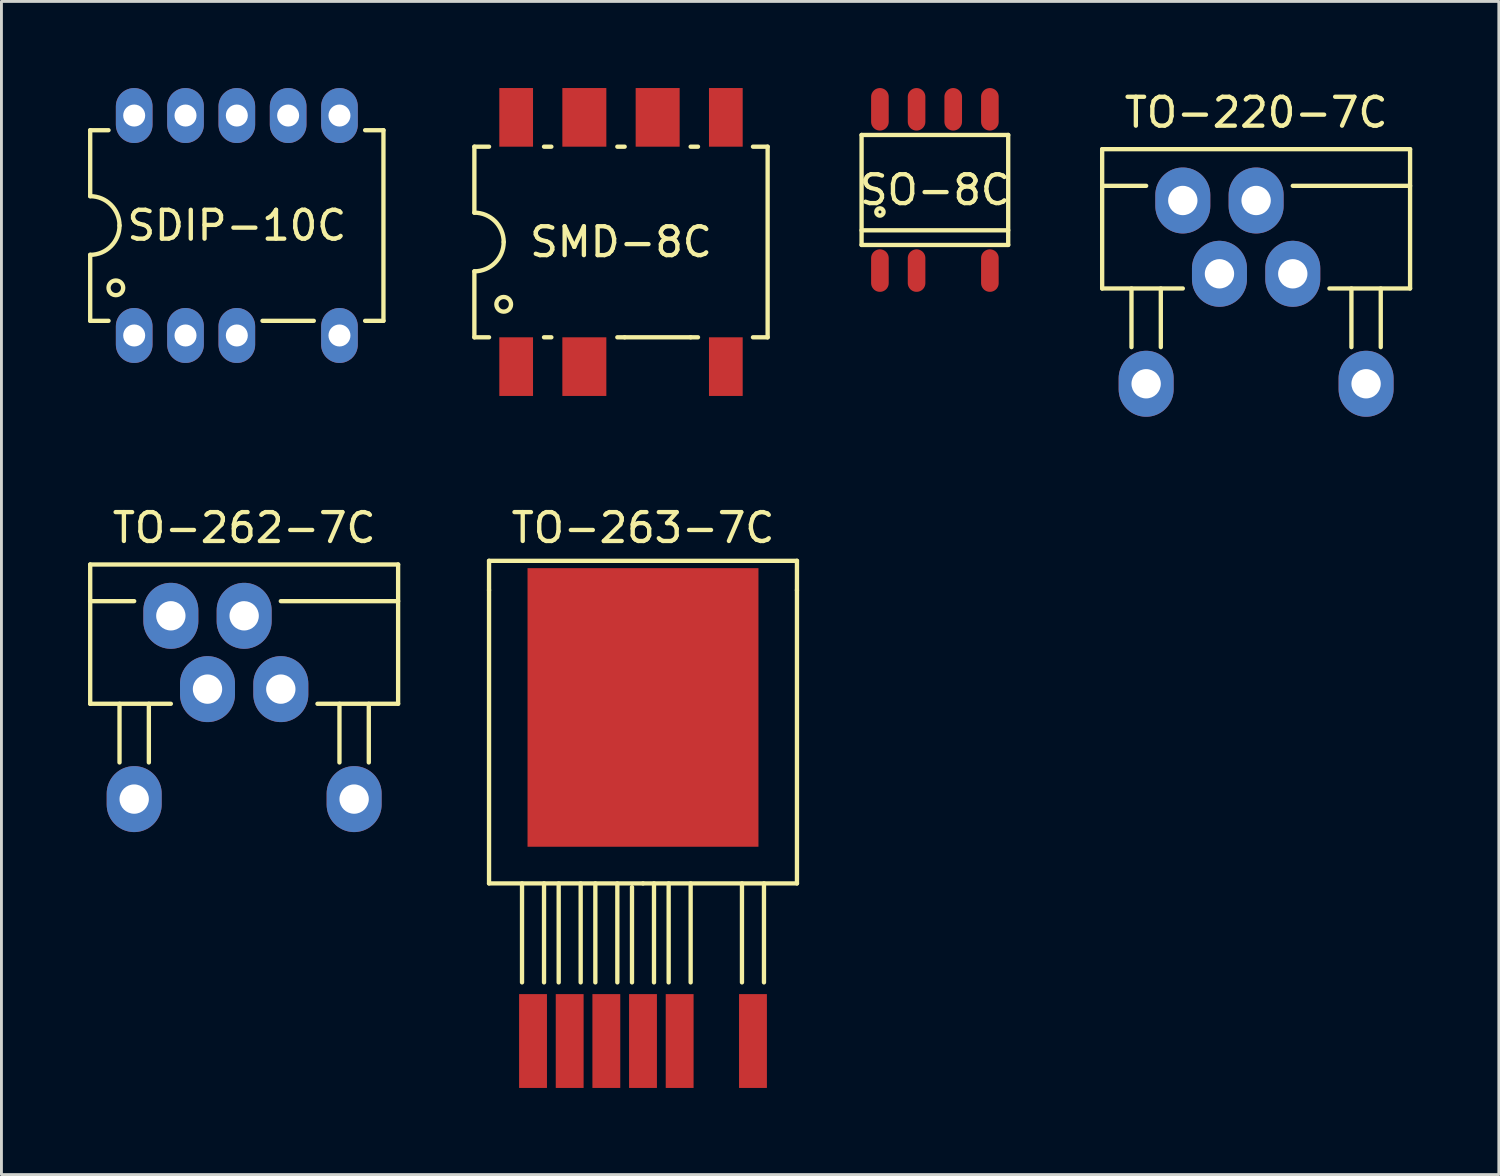
<source format=kicad_pcb>
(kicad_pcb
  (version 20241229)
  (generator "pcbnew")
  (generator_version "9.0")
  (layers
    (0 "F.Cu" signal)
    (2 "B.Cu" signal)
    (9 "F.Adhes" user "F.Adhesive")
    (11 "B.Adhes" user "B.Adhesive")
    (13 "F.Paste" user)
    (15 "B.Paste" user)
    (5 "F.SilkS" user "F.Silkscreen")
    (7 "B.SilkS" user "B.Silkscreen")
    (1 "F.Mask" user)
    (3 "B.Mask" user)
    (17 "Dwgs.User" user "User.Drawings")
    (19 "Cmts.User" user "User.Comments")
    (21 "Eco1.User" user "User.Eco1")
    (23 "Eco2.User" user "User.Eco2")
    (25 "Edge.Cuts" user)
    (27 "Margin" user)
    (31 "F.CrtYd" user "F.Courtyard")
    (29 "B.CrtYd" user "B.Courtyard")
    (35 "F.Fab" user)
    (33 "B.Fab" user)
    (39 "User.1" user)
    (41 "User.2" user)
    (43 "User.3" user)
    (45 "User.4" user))
  (footprint "TO-220-7C"
    (layer "F.Cu")
    (at 40.469 5.166)
    (property "Reference" "TO-220-7C" (at 0 -4.318 0) (layer "F.SilkS") (effects (font (size 1 1) (thickness 0.15))))
    (attr through_hole)
    (fp_line (start -5.334 -3.048) (end -5.334 1.778) (stroke (width 0.15) (type solid)) (layer "F.SilkS"))
    (fp_line (start -5.334 -1.778) (end -3.81 -1.778) (stroke (width 0.15) (type solid)) (layer "F.SilkS"))
    (fp_line (start -5.334 1.778) (end -2.54 1.778) (stroke (width 0.15) (type solid)) (layer "F.SilkS"))
    (fp_line (start -4.318 3.81) (end -4.318 1.778) (stroke (width 0.15) (type solid)) (layer "F.SilkS"))
    (fp_line (start -3.302 3.81) (end -3.302 1.778) (stroke (width 0.15) (type solid)) (layer "F.SilkS"))
    (fp_line (start 3.302 3.81) (end 3.302 1.778) (stroke (width 0.15) (type solid)) (layer "F.SilkS"))
    (fp_line (start 4.318 3.81) (end 4.318 1.778) (stroke (width 0.15) (type solid)) (layer "F.SilkS"))
    (fp_line (start 5.334 -3.048) (end -5.334 -3.048) (stroke (width 0.15) (type solid)) (layer "F.SilkS"))
    (fp_line (start 5.334 -3.048) (end 5.334 1.778) (stroke (width 0.15) (type solid)) (layer "F.SilkS"))
    (fp_line (start 5.334 -1.778) (end 1.27 -1.778) (stroke (width 0.15) (type solid)) (layer "F.SilkS"))
    (fp_line (start 5.334 1.778) (end 2.54 1.778) (stroke (width 0.15) (type solid)) (layer "F.SilkS"))
    (pad "1" thru_hole oval (at -3.81 5.08) (size 1.905 2.286) (drill 1.016) (layers "*.Cu" "*.Mask"))
    (pad "2" thru_hole oval (at -2.54 -1.27) (size 1.905 2.286) (drill 1.016) (layers "*.Cu" "*.Mask"))
    (pad "3" thru_hole oval (at -1.27 1.27) (size 1.905 2.286) (drill 1.016) (layers "*.Cu" "*.Mask"))
    (pad "4" thru_hole oval (at 0 -1.27) (size 1.905 2.286) (drill 1.016) (layers "*.Cu" "*.Mask"))
    (pad "5" thru_hole oval (at 1.27 1.27) (size 1.905 2.286) (drill 1.016) (layers "*.Cu" "*.Mask"))
    (pad "7" thru_hole oval (at 3.81 5.08) (size 1.905 2.286) (drill 1.016) (layers "*.Cu" "*.Mask")))
  (footprint "SO-8C"
    (layer "F.Cu")
    (at 29.34 3.531)
    (property "Reference" "SO-8C" (at 0 0 0) (layer "F.SilkS") (effects (font (size 1 1) (thickness 0.15))))
    (attr through_hole)
    (fp_line (start -2.54 -1.905) (end 2.54 -1.905) (stroke (width 0.15) (type solid)) (layer "F.SilkS"))
    (fp_line (start -2.54 1.397) (end 2.54 1.397) (stroke (width 0.15) (type solid)) (layer "F.SilkS"))
    (fp_line (start -2.54 1.905) (end -2.54 -1.905) (stroke (width 0.15) (type solid)) (layer "F.SilkS"))
    (fp_line (start -2.54 1.905) (end 2.54 1.905) (stroke (width 0.15) (type solid)) (layer "F.SilkS"))
    (fp_line (start 2.54 1.905) (end 2.54 -1.905) (stroke (width 0.15) (type solid)) (layer "F.SilkS"))
    (fp_circle (center -1.905 0.762) (end -1.778 0.762) (stroke (width 0.15) (type solid)) (fill no) (layer "F.SilkS"))
    (pad "1" smd oval (at -1.905 2.794) (size 0.61 1.473) (layers "F.Cu" "F.Mask" "F.Paste"))
    (pad "2" smd oval (at -0.635 2.794) (size 0.61 1.473) (layers "F.Cu" "F.Mask" "F.Paste"))
    (pad "4" smd oval (at 1.905 2.794) (size 0.61 1.473) (layers "F.Cu" "F.Mask" "F.Paste"))
    (pad "5" smd oval (at 1.905 -2.794) (size 0.61 1.473) (layers "F.Cu" "F.Mask" "F.Paste"))
    (pad "6" smd oval (at 0.635 -2.794) (size 0.61 1.473) (layers "F.Cu" "F.Mask" "F.Paste"))
    (pad "7" smd oval (at -0.635 -2.794) (size 0.61 1.473) (layers "F.Cu" "F.Mask" "F.Paste"))
    (pad "8" smd oval (at -1.905 -2.794) (size 0.61 1.473) (layers "F.Cu" "F.Mask" "F.Paste")))
  (footprint "SDIP-10C"
    (layer "F.Cu")
    (at 5.155 4.763)
    (property "Reference" "SDIP-10C" (at 0 0 0) (layer "F.SilkS") (effects (font (size 1 1) (thickness 0.15))))
    (attr through_hole)
    (fp_line (start -5.08 -3.302) (end -5.08 -1.016) (stroke (width 0.15) (type solid)) (layer "F.SilkS"))
    (fp_line (start -5.08 -3.302) (end -4.445 -3.302) (stroke (width 0.15) (type solid)) (layer "F.SilkS"))
    (fp_line (start -5.08 1.016) (end -5.08 3.302) (stroke (width 0.15) (type solid)) (layer "F.SilkS"))
    (fp_line (start -5.08 3.302) (end -4.445 3.302) (stroke (width 0.15) (type solid)) (layer "F.SilkS"))
    (fp_line (start 2.667 3.302) (end 0.889 3.302) (stroke (width 0.15) (type solid)) (layer "F.SilkS"))
    (fp_line (start 5.08 -3.302) (end 4.445 -3.302) (stroke (width 0.15) (type solid)) (layer "F.SilkS"))
    (fp_line (start 5.08 3.302) (end 4.445 3.302) (stroke (width 0.15) (type solid)) (layer "F.SilkS"))
    (fp_line (start 5.08 3.302) (end 5.08 -3.302) (stroke (width 0.15) (type solid)) (layer "F.SilkS"))
    (fp_arc (start -5.08 -1.016) (mid -4.36158 -0.71842) (end -4.064 0) (stroke (width 0.15) (type solid)) (layer "F.SilkS"))
    (fp_arc (start -4.064 0) (mid -4.36158 0.71842) (end -5.08 1.016) (stroke (width 0.15) (type solid)) (layer "F.SilkS"))
    (fp_circle (center -4.191 2.159) (end -3.937 2.159) (stroke (width 0.15) (type solid)) (fill no) (layer "F.SilkS"))
    (pad "1" thru_hole oval (at -3.556 3.81) (size 1.27 1.905) (drill 0.762) (layers "*.Cu" "*.Mask"))
    (pad "2" thru_hole oval (at -1.778 3.81) (size 1.27 1.905) (drill 0.762) (layers "*.Cu" "*.Mask"))
    (pad "3" thru_hole oval (at 0 3.81) (size 1.27 1.905) (drill 0.762) (layers "*.Cu" "*.Mask"))
    (pad "5" thru_hole oval (at 3.556 3.81) (size 1.27 1.905) (drill 0.762) (layers "*.Cu" "*.Mask"))
    (pad "6" thru_hole oval (at 3.556 -3.81) (size 1.27 1.905) (drill 0.762) (layers "*.Cu" "*.Mask"))
    (pad "7" thru_hole oval (at 1.778 -3.81) (size 1.27 1.905) (drill 0.762) (layers "*.Cu" "*.Mask"))
    (pad "8" thru_hole oval (at 0 -3.81) (size 1.27 1.905) (drill 0.762) (layers "*.Cu" "*.Mask"))
    (pad "9" thru_hole oval (at -1.778 -3.81) (size 1.27 1.905) (drill 0.762) (layers "*.Cu" "*.Mask"))
    (pad "10" thru_hole oval (at -3.556 -3.81) (size 1.27 1.905) (drill 0.762) (layers "*.Cu" "*.Mask")))
  (footprint "TO-263-7C"
    (layer "F.Cu")
    (at 19.227 33.017)
    (property "Reference" "TO-263-7C" (at 0 -17.78 0) (layer "F.SilkS") (effects (font (size 1 1) (thickness 0.15))))
    (attr through_hole)
    (fp_line (start -5.334 -16.637) (end -5.334 -15.621) (stroke (width 0.15) (type solid)) (layer "F.SilkS"))
    (fp_line (start -5.334 -16.637) (end 5.334 -16.637) (stroke (width 0.15) (type solid)) (layer "F.SilkS"))
    (fp_line (start -5.334 -5.461) (end -5.334 -15.621) (stroke (width 0.15) (type solid)) (layer "F.SilkS"))
    (fp_line (start -4.191 -2.032) (end -4.191 -5.461) (stroke (width 0.15) (type solid)) (layer "F.SilkS"))
    (fp_line (start -3.429 -2.032) (end -3.429 -5.461) (stroke (width 0.15) (type solid)) (layer "F.SilkS"))
    (fp_line (start -2.921 -2.032) (end -2.921 -5.461) (stroke (width 0.15) (type solid)) (layer "F.SilkS"))
    (fp_line (start -2.159 -2.032) (end -2.159 -5.461) (stroke (width 0.15) (type solid)) (layer "F.SilkS"))
    (fp_line (start -1.651 -2.032) (end -1.651 -5.461) (stroke (width 0.15) (type solid)) (layer "F.SilkS"))
    (fp_line (start -0.889 -2.032) (end -0.889 -5.461) (stroke (width 0.15) (type solid)) (layer "F.SilkS"))
    (fp_line (start -0.381 -2.032) (end -0.381 -5.334) (stroke (width 0.15) (type solid)) (layer "F.SilkS"))
    (fp_line (start 0 -5.461) (end -5.334 -5.461) (stroke (width 0.15) (type solid)) (layer "F.SilkS"))
    (fp_line (start 0 -5.461) (end 5.334 -5.461) (stroke (width 0.15) (type solid)) (layer "F.SilkS"))
    (fp_line (start 0.381 -2.032) (end 0.381 -5.461) (stroke (width 0.15) (type solid)) (layer "F.SilkS"))
    (fp_line (start 0.889 -2.032) (end 0.889 -5.461) (stroke (width 0.15) (type solid)) (layer "F.SilkS"))
    (fp_line (start 1.651 -2.032) (end 1.651 -5.461) (stroke (width 0.15) (type solid)) (layer "F.SilkS"))
    (fp_line (start 3.429 -2.032) (end 3.429 -5.461) (stroke (width 0.15) (type solid)) (layer "F.SilkS"))
    (fp_line (start 4.191 -2.032) (end 4.191 -5.461) (stroke (width 0.15) (type solid)) (layer "F.SilkS"))
    (fp_line (start 5.334 -16.637) (end 5.334 -15.621) (stroke (width 0.15) (type solid)) (layer "F.SilkS"))
    (fp_line (start 5.334 -5.461) (end 5.334 -15.621) (stroke (width 0.15) (type solid)) (layer "F.SilkS"))
    (pad "1" smd rect (at -3.81 0) (size 0.965 3.251) (layers "F.Cu" "F.Mask" "F.Paste"))
    (pad "2" smd rect (at -2.54 0) (size 0.965 3.251) (layers "F.Cu" "F.Mask" "F.Paste"))
    (pad "3" smd rect (at -1.27 0) (size 0.965 3.251) (layers "F.Cu" "F.Mask" "F.Paste"))
    (pad "4" smd rect (at 0 0) (size 0.965 3.251) (layers "F.Cu" "F.Mask" "F.Paste"))
    (pad "5" smd rect (at 1.27 0) (size 0.965 3.251) (layers "F.Cu" "F.Mask" "F.Paste"))
    (pad "7" smd rect (at 3.81 0) (size 0.965 3.251) (layers "F.Cu" "F.Mask" "F.Paste"))
    (pad "8" smd rect (at 0 -11.557) (size 8.001 9.652) (layers "F.Cu" "F.Mask" "F.Paste")))
  (footprint "TO-262-7C"
    (layer "F.Cu")
    (at 5.409 19.555)
    (property "Reference" "TO-262-7C" (at 0 -4.318 0) (layer "F.SilkS") (effects (font (size 1 1) (thickness 0.15))))
    (attr through_hole)
    (fp_line (start -5.334 -3.048) (end -5.334 1.778) (stroke (width 0.15) (type solid)) (layer "F.SilkS"))
    (fp_line (start -5.334 -1.778) (end -3.81 -1.778) (stroke (width 0.15) (type solid)) (layer "F.SilkS"))
    (fp_line (start -5.334 1.778) (end -2.54 1.778) (stroke (width 0.15) (type solid)) (layer "F.SilkS"))
    (fp_line (start -4.318 3.81) (end -4.318 1.778) (stroke (width 0.15) (type solid)) (layer "F.SilkS"))
    (fp_line (start -3.302 3.81) (end -3.302 1.778) (stroke (width 0.15) (type solid)) (layer "F.SilkS"))
    (fp_line (start 3.302 3.81) (end 3.302 1.778) (stroke (width 0.15) (type solid)) (layer "F.SilkS"))
    (fp_line (start 4.318 3.81) (end 4.318 1.778) (stroke (width 0.15) (type solid)) (layer "F.SilkS"))
    (fp_line (start 5.334 -3.048) (end -5.334 -3.048) (stroke (width 0.15) (type solid)) (layer "F.SilkS"))
    (fp_line (start 5.334 -3.048) (end 5.334 1.778) (stroke (width 0.15) (type solid)) (layer "F.SilkS"))
    (fp_line (start 5.334 -1.778) (end 1.27 -1.778) (stroke (width 0.15) (type solid)) (layer "F.SilkS"))
    (fp_line (start 5.334 1.778) (end 2.54 1.778) (stroke (width 0.15) (type solid)) (layer "F.SilkS"))
    (pad "1" thru_hole oval (at -3.81 5.08) (size 1.905 2.286) (drill 1.016) (layers "*.Cu" "*.Mask"))
    (pad "2" thru_hole oval (at -2.54 -1.27) (size 1.905 2.286) (drill 1.016) (layers "*.Cu" "*.Mask"))
    (pad "3" thru_hole oval (at -1.27 1.27) (size 1.905 2.286) (drill 1.016) (layers "*.Cu" "*.Mask"))
    (pad "4" thru_hole oval (at 0 -1.27) (size 1.905 2.286) (drill 1.016) (layers "*.Cu" "*.Mask"))
    (pad "5" thru_hole oval (at 1.27 1.27) (size 1.905 2.286) (drill 1.016) (layers "*.Cu" "*.Mask"))
    (pad "7" thru_hole oval (at 3.81 5.08) (size 1.905 2.286) (drill 1.016) (layers "*.Cu" "*.Mask")))
  (footprint "SMD-8C"
    (layer "F.Cu")
    (at 18.465 5.334)
    (property "Reference" "SMD-8C" (at 0 0 0) (layer "F.SilkS") (effects (font (size 1 1) (thickness 0.15))))
    (attr through_hole)
    (fp_line (start -5.08 -3.302) (end -5.08 -1.016) (stroke (width 0.15) (type solid)) (layer "F.SilkS"))
    (fp_line (start -5.08 -3.302) (end -4.572 -3.302) (stroke (width 0.15) (type solid)) (layer "F.SilkS"))
    (fp_line (start -5.08 1.016) (end -5.08 3.302) (stroke (width 0.15) (type solid)) (layer "F.SilkS"))
    (fp_line (start -5.08 3.302) (end -4.572 3.302) (stroke (width 0.15) (type solid)) (layer "F.SilkS"))
    (fp_line (start -2.667 -3.302) (end -2.413 -3.302) (stroke (width 0.15) (type solid)) (layer "F.SilkS"))
    (fp_line (start -2.667 3.302) (end -2.413 3.302) (stroke (width 0.15) (type solid)) (layer "F.SilkS"))
    (fp_line (start -0.127 -3.302) (end 0.127 -3.302) (stroke (width 0.15) (type solid)) (layer "F.SilkS"))
    (fp_line (start -0.127 3.302) (end 0.127 3.302) (stroke (width 0.15) (type solid)) (layer "F.SilkS"))
    (fp_line (start 0.127 3.302) (end 2.413 3.302) (stroke (width 0.15) (type solid)) (layer "F.SilkS"))
    (fp_line (start 2.413 -3.302) (end 2.667 -3.302) (stroke (width 0.15) (type solid)) (layer "F.SilkS"))
    (fp_line (start 2.413 3.302) (end 2.667 3.302) (stroke (width 0.15) (type solid)) (layer "F.SilkS"))
    (fp_line (start 5.08 -3.302) (end 4.572 -3.302) (stroke (width 0.15) (type solid)) (layer "F.SilkS"))
    (fp_line (start 5.08 -3.302) (end 5.08 3.302) (stroke (width 0.15) (type solid)) (layer "F.SilkS"))
    (fp_line (start 5.08 3.302) (end 4.572 3.302) (stroke (width 0.15) (type solid)) (layer "F.SilkS"))
    (fp_arc (start -5.08 -1.016) (mid -4.36158 -0.71842) (end -4.064 0) (stroke (width 0.15) (type solid)) (layer "F.SilkS"))
    (fp_arc (start -4.064 0) (mid -4.36158 0.71842) (end -5.08 1.016) (stroke (width 0.15) (type solid)) (layer "F.SilkS"))
    (fp_circle (center -4.064 2.159) (end -3.81 2.159) (stroke (width 0.15) (type solid)) (fill no) (layer "F.SilkS"))
    (pad "1" smd rect (at -3.632 4.318) (size 1.168 2.032) (layers "F.Cu" "F.Mask" "F.Paste"))
    (pad "2" smd rect (at -1.27 4.318) (size 1.524 2.032) (layers "F.Cu" "F.Mask" "F.Paste"))
    (pad "4" smd rect (at 3.632 4.318) (size 1.168 2.032) (layers "F.Cu" "F.Mask" "F.Paste"))
    (pad "5" smd rect (at 3.632 -4.318) (size 1.168 2.032) (layers "F.Cu" "F.Mask" "F.Paste"))
    (pad "6" smd rect (at 1.27 -4.318) (size 1.524 2.032) (layers "F.Cu" "F.Mask" "F.Paste"))
    (pad "7" smd rect (at -1.27 -4.318) (size 1.524 2.032) (layers "F.Cu" "F.Mask" "F.Paste"))
    (pad "8" smd rect (at -3.632 -4.318) (size 1.168 2.032) (layers "F.Cu" "F.Mask" "F.Paste")))
  (gr_rect
    (start -3 -3)
    (end 48.878 37.643)
    (stroke (width 0.1) (type default))
    (fill no)
    (layer "Edge.Cuts")))
</source>
